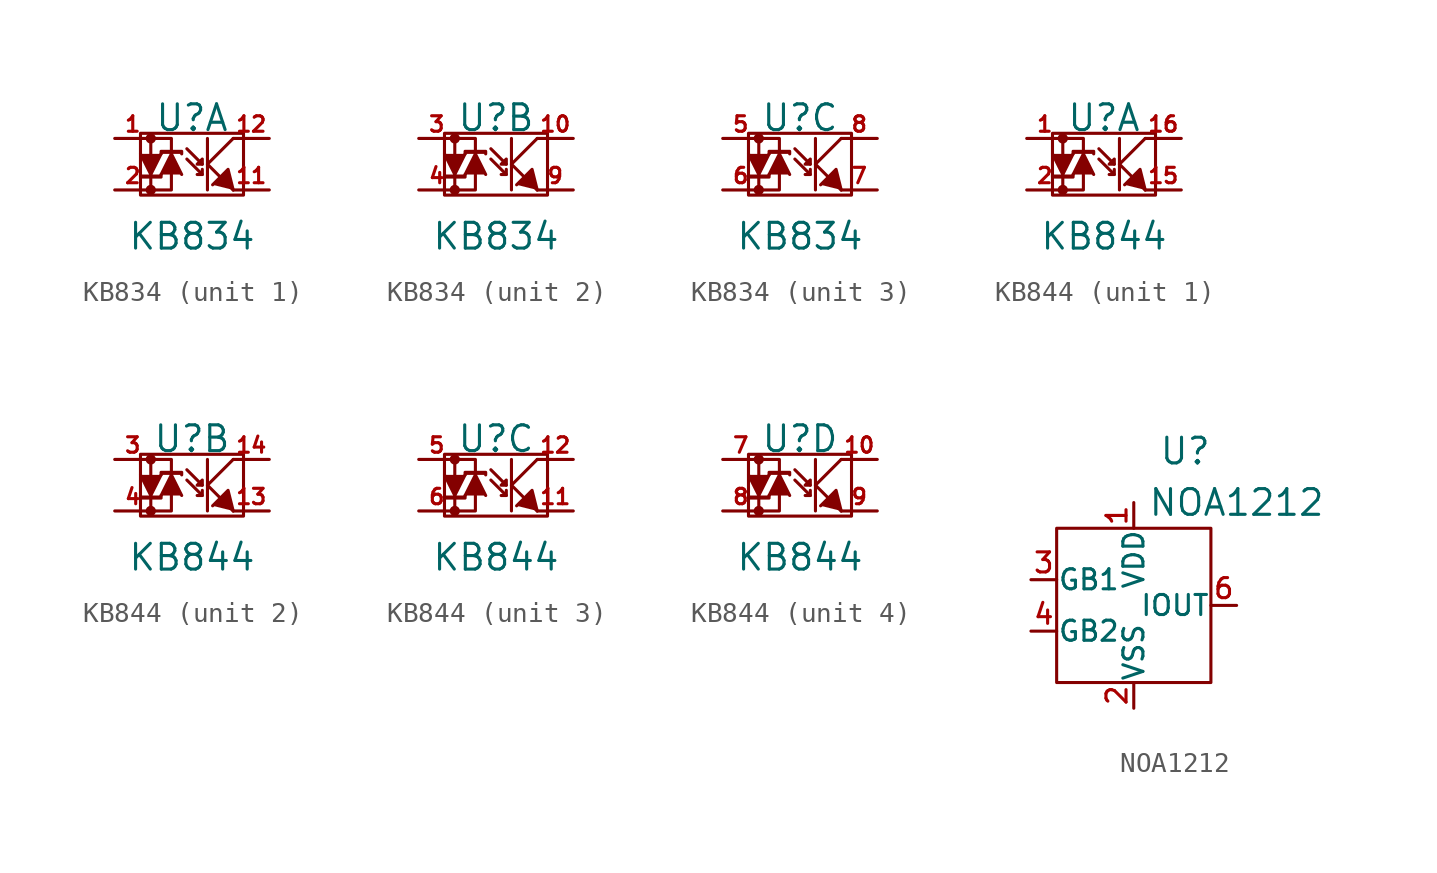
<source format=kicad_sym>
(kicad_symbol_lib
  (version 20220914)
  (generator kicad_symbol_editor)
  (symbol "KB834"
    (pin_names
      (offset 0) hide)
    (property "Reference" "U"
      (at 0 2.286 0)
      (effects (font (size 1.27 1.27))))
    (property "Value" "KB834"
      (at 0 -3.556 0)
      (effects (font (size 1.27 1.27))))
    (property "Footprint" ""
      (at 0 0 0)
      (effects (font (size 1.524 1.524))))
    (property "Datasheet" ""
      (at 0 0 0)
      (effects (font (size 1.524 1.524))))
    (symbol "KB834_0_1"
      (circle (center -2.032 -1.27) (radius 0.178) (stroke (width 0) (type solid)) (fill (type outline)))
      (circle (center -2.032 1.27) (radius 0.178) (stroke (width 0) (type solid)) (fill (type outline)))
      (polyline (pts (xy 0.508 0) (xy -0.254 0.762) (xy -0.254 0.762)) (stroke (width 0) (type solid)) (fill (type none)))
      (polyline (pts (xy 0.762 0) (xy 2.032 -1.27) (xy 2.032 -1.27)) (stroke (width 0) (type solid)) (fill (type outline)))
      (polyline (pts (xy 0.762 0) (xy 2.032 1.27) (xy 2.032 1.27)) (stroke (width 0) (type solid)) (fill (type outline)))
      (polyline (pts (xy 0.762 1.27) (xy 0.762 -1.27) (xy 0.762 -1.27)) (stroke (width 0) (type solid)) (fill (type outline)))
      (polyline (pts (xy -1.524 0.508) (xy -2.032 -0.508) (xy -2.54 0.508) (xy -2.54 0.508)) (stroke (width 0) (type solid)) (fill (type outline)))
      (polyline (pts (xy -0.508 -0.508) (xy -1.016 0.508) (xy -1.524 -0.508) (xy -1.524 -0.508)) (stroke (width 0) (type solid)) (fill (type outline)))
      (polyline (pts (xy 0.508 -0.508) (xy -0.254 0.254) (xy -0.254 0.254) (xy -0.254 0.254)) (stroke (width 0) (type solid)) (fill (type none)))
      (polyline (pts (xy 0.508 -0.254) (xy 0.508 -0.508) (xy 0.254 -0.508) (xy 0.254 -0.508)) (stroke (width 0) (type solid)) (fill (type outline)))
      (polyline (pts (xy 2.032 -1.27) (xy 1.778 -0.254) (xy 1.016 -1.016) (xy 1.016 -1.016)) (stroke (width 0) (type solid)) (fill (type outline)))
      (polyline (pts (xy -2.54 -0.508) (xy -2.54 -0.635) (xy -1.524 -0.635) (xy -1.524 -0.508) (xy -1.524 -0.508)) (stroke (width 0) (type solid)) (fill (type outline)))
      (polyline (pts (xy -2.032 0.508) (xy -2.032 1.27) (xy -1.016 1.27) (xy -1.016 0.508) (xy -1.016 0.508)) (stroke (width 0) (type solid)) (fill (type none)))
      (polyline (pts (xy -1.524 0.508) (xy -1.524 0.635) (xy -0.508 0.635) (xy -0.508 0.508) (xy -0.508 0.508)) (stroke (width 0) (type solid)) (fill (type outline)))
      (polyline (pts (xy -1.016 -0.508) (xy -1.016 -1.27) (xy -2.032 -1.27) (xy -2.032 -0.508) (xy -2.032 -0.508)) (stroke (width 0) (type solid)) (fill (type none)))
      (polyline (pts (xy 0.254 0) (xy 0.508 0) (xy 0.508 0.254) (xy 0.254 0) (xy 0.254 0)) (stroke (width 0) (type solid)) (fill (type outline)))
      (rectangle (start 2.54 1.524) (end -2.54 -1.524) (stroke (width 0) (type solid)) (fill (type none))))
    (symbol "KB834_1_1"
      (pin passive line (at -3.81 1.27 0) (length 1.778) (name "IN_1" (effects (font (size 0.762 0.762)))) (number "1" (effects (font (size 0.762 0.762)))))
      (pin passive line (at 3.81 -1.27 180) (length 1.778) (name "E" (effects (font (size 0.762 0.762)))) (number "11" (effects (font (size 0.762 0.762)))))
      (pin passive line (at 3.81 1.27 180) (length 1.778) (name "C" (effects (font (size 0.762 0.762)))) (number "12" (effects (font (size 0.762 0.762)))))
      (pin passive line (at -3.81 -1.27 0) (length 1.778) (name "IN_2" (effects (font (size 0.762 0.762)))) (number "2" (effects (font (size 0.762 0.762))))))
    (symbol "KB834_2_1"
      (pin passive line (at 3.81 1.27 180) (length 1.778) (name "C" (effects (font (size 0.762 0.762)))) (number "10" (effects (font (size 0.762 0.762)))))
      (pin passive line (at -3.81 1.27 0) (length 1.778) (name "IN_1" (effects (font (size 0.762 0.762)))) (number "3" (effects (font (size 0.762 0.762)))))
      (pin passive line (at -3.81 -1.27 0) (length 1.778) (name "IN_2" (effects (font (size 0.762 0.762)))) (number "4" (effects (font (size 0.762 0.762)))))
      (pin passive line (at 3.81 -1.27 180) (length 1.778) (name "E" (effects (font (size 0.762 0.762)))) (number "9" (effects (font (size 0.762 0.762))))))
    (symbol "KB834_3_1"
      (pin passive line (at -3.81 1.27 0) (length 1.778) (name "IN_1" (effects (font (size 0.762 0.762)))) (number "5" (effects (font (size 0.762 0.762)))))
      (pin passive line (at -3.81 -1.27 0) (length 1.778) (name "IN_2" (effects (font (size 0.762 0.762)))) (number "6" (effects (font (size 0.762 0.762)))))
      (pin passive line (at 3.81 -1.27 180) (length 1.778) (name "E" (effects (font (size 0.762 0.762)))) (number "7" (effects (font (size 0.762 0.762)))))
      (pin passive line (at 3.81 1.27 180) (length 1.778) (name "C" (effects (font (size 0.762 0.762)))) (number "8" (effects (font (size 0.762 0.762)))))))
  (symbol "KB844"
    (pin_names
      (offset 0) hide)
    (property "Reference" "U"
      (at 0 2.286 0)
      (effects (font (size 1.27 1.27))))
    (property "Value" "KB844"
      (at 0 -3.556 0)
      (effects (font (size 1.27 1.27))))
    (property "Footprint" ""
      (at 0 0 0)
      (effects (font (size 1.524 1.524))))
    (property "Datasheet" ""
      (at 0 0 0)
      (effects (font (size 1.524 1.524))))
    (symbol "KB844_0_1"
      (circle (center -2.032 -1.27) (radius 0.178) (stroke (width 0) (type solid)) (fill (type outline)))
      (circle (center -2.032 1.27) (radius 0.178) (stroke (width 0) (type solid)) (fill (type outline)))
      (polyline (pts (xy 0.508 0) (xy -0.254 0.762) (xy -0.254 0.762)) (stroke (width 0) (type solid)) (fill (type none)))
      (polyline (pts (xy 0.762 0) (xy 2.032 -1.27) (xy 2.032 -1.27)) (stroke (width 0) (type solid)) (fill (type outline)))
      (polyline (pts (xy 0.762 0) (xy 2.032 1.27) (xy 2.032 1.27)) (stroke (width 0) (type solid)) (fill (type outline)))
      (polyline (pts (xy 0.762 1.27) (xy 0.762 -1.27) (xy 0.762 -1.27)) (stroke (width 0) (type solid)) (fill (type outline)))
      (polyline (pts (xy -1.524 0.508) (xy -2.032 -0.508) (xy -2.54 0.508) (xy -2.54 0.508)) (stroke (width 0) (type solid)) (fill (type outline)))
      (polyline (pts (xy -0.508 -0.508) (xy -1.016 0.508) (xy -1.524 -0.508) (xy -1.524 -0.508)) (stroke (width 0) (type solid)) (fill (type outline)))
      (polyline (pts (xy 0.508 -0.508) (xy -0.254 0.254) (xy -0.254 0.254) (xy -0.254 0.254)) (stroke (width 0) (type solid)) (fill (type none)))
      (polyline (pts (xy 0.508 -0.254) (xy 0.508 -0.508) (xy 0.254 -0.508) (xy 0.254 -0.508)) (stroke (width 0) (type solid)) (fill (type outline)))
      (polyline (pts (xy 2.032 -1.27) (xy 1.778 -0.254) (xy 1.016 -1.016) (xy 1.016 -1.016)) (stroke (width 0) (type solid)) (fill (type outline)))
      (polyline (pts (xy -2.54 -0.508) (xy -2.54 -0.635) (xy -1.524 -0.635) (xy -1.524 -0.508) (xy -1.524 -0.508)) (stroke (width 0) (type solid)) (fill (type outline)))
      (polyline (pts (xy -2.032 0.508) (xy -2.032 1.27) (xy -1.016 1.27) (xy -1.016 0.508) (xy -1.016 0.508)) (stroke (width 0) (type solid)) (fill (type none)))
      (polyline (pts (xy -1.524 0.508) (xy -1.524 0.635) (xy -0.508 0.635) (xy -0.508 0.508) (xy -0.508 0.508)) (stroke (width 0) (type solid)) (fill (type outline)))
      (polyline (pts (xy -1.016 -0.508) (xy -1.016 -1.27) (xy -2.032 -1.27) (xy -2.032 -0.508) (xy -2.032 -0.508)) (stroke (width 0) (type solid)) (fill (type none)))
      (polyline (pts (xy 0.254 0) (xy 0.508 0) (xy 0.508 0.254) (xy 0.254 0) (xy 0.254 0)) (stroke (width 0) (type solid)) (fill (type outline)))
      (rectangle (start 2.54 1.524) (end -2.54 -1.524) (stroke (width 0) (type solid)) (fill (type none))))
    (symbol "KB844_1_1"
      (pin passive line (at -3.81 1.27 0) (length 1.778) (name "IN_1" (effects (font (size 0.762 0.762)))) (number "1" (effects (font (size 0.762 0.762)))))
      (pin passive line (at 3.81 -1.27 180) (length 1.778) (name "E" (effects (font (size 0.762 0.762)))) (number "15" (effects (font (size 0.762 0.762)))))
      (pin passive line (at 3.81 1.27 180) (length 1.778) (name "C" (effects (font (size 0.762 0.762)))) (number "16" (effects (font (size 0.762 0.762)))))
      (pin passive line (at -3.81 -1.27 0) (length 1.778) (name "IN_2" (effects (font (size 0.762 0.762)))) (number "2" (effects (font (size 0.762 0.762))))))
    (symbol "KB844_2_1"
      (pin passive line (at 3.81 -1.27 180) (length 1.778) (name "E" (effects (font (size 0.762 0.762)))) (number "13" (effects (font (size 0.762 0.762)))))
      (pin passive line (at 3.81 1.27 180) (length 1.778) (name "C" (effects (font (size 0.762 0.762)))) (number "14" (effects (font (size 0.762 0.762)))))
      (pin passive line (at -3.81 1.27 0) (length 1.778) (name "IN_1" (effects (font (size 0.762 0.762)))) (number "3" (effects (font (size 0.762 0.762)))))
      (pin passive line (at -3.81 -1.27 0) (length 1.778) (name "IN_2" (effects (font (size 0.762 0.762)))) (number "4" (effects (font (size 0.762 0.762))))))
    (symbol "KB844_3_1"
      (pin passive line (at 3.81 -1.27 180) (length 1.778) (name "E" (effects (font (size 0.762 0.762)))) (number "11" (effects (font (size 0.762 0.762)))))
      (pin passive line (at 3.81 1.27 180) (length 1.778) (name "C" (effects (font (size 0.762 0.762)))) (number "12" (effects (font (size 0.762 0.762)))))
      (pin passive line (at -3.81 1.27 0) (length 1.778) (name "IN_1" (effects (font (size 0.762 0.762)))) (number "5" (effects (font (size 0.762 0.762)))))
      (pin passive line (at -3.81 -1.27 0) (length 1.778) (name "IN_2" (effects (font (size 0.762 0.762)))) (number "6" (effects (font (size 0.762 0.762))))))
    (symbol "KB844_4_1"
      (pin passive line (at 3.81 1.27 180) (length 1.778) (name "C" (effects (font (size 0.762 0.762)))) (number "10" (effects (font (size 0.762 0.762)))))
      (pin passive line (at -3.81 1.27 0) (length 1.778) (name "IN_1" (effects (font (size 0.762 0.762)))) (number "7" (effects (font (size 0.762 0.762)))))
      (pin passive line (at -3.81 -1.27 0) (length 1.778) (name "IN_2" (effects (font (size 0.762 0.762)))) (number "8" (effects (font (size 0.762 0.762)))))
      (pin passive line (at 3.81 -1.27 180) (length 1.778) (name "E" (effects (font (size 0.762 0.762)))) (number "9" (effects (font (size 0.762 0.762)))))))
  (symbol "NOA1212"
    (pin_names
      (offset 0.025))
    (property "Reference" "U"
      (at 2.54 7.62 0)
      (effects (font (size 1.27 1.27))))
    (property "Value" "NOA1212"
      (at 5.08 5.08 0)
      (effects (font (size 1.27 1.27))))
    (property "Footprint" ""
      (at 0 0 0)
      (effects (font (size 1.524 1.524))))
    (property "Datasheet" ""
      (at 0 0 0)
      (effects (font (size 1.524 1.524))))
    (symbol "NOA1212_0_1"
      (rectangle (start -3.81 3.81) (end 3.81 -3.81) (stroke (width 0) (type solid)) (fill (type none))))
    (symbol "NOA1212_1_1"
      (pin passive line (at 0 5.08 270) (length 1.27) (name "VDD" (effects (font (size 0.991 0.991)))) (number "1" (effects (font (size 0.991 0.991)))))
      (pin passive line (at 0 -5.08 90) (length 1.27) (name "VSS" (effects (font (size 0.991 0.991)))) (number "2" (effects (font (size 0.991 0.991)))))
      (pin passive line (at -5.08 1.27 0) (length 1.27) (name "GB1" (effects (font (size 0.991 0.991)))) (number "3" (effects (font (size 0.991 0.991)))))
      (pin passive line (at -5.08 -1.27 0) (length 1.27) (name "GB2" (effects (font (size 0.991 0.991)))) (number "4" (effects (font (size 0.991 0.991)))))
      (pin passive line (at 5.08 0 180) (length 1.27) (name "IOUT" (effects (font (size 0.991 0.991)))) (number "6" (effects (font (size 0.991 0.991))))))))
</source>
